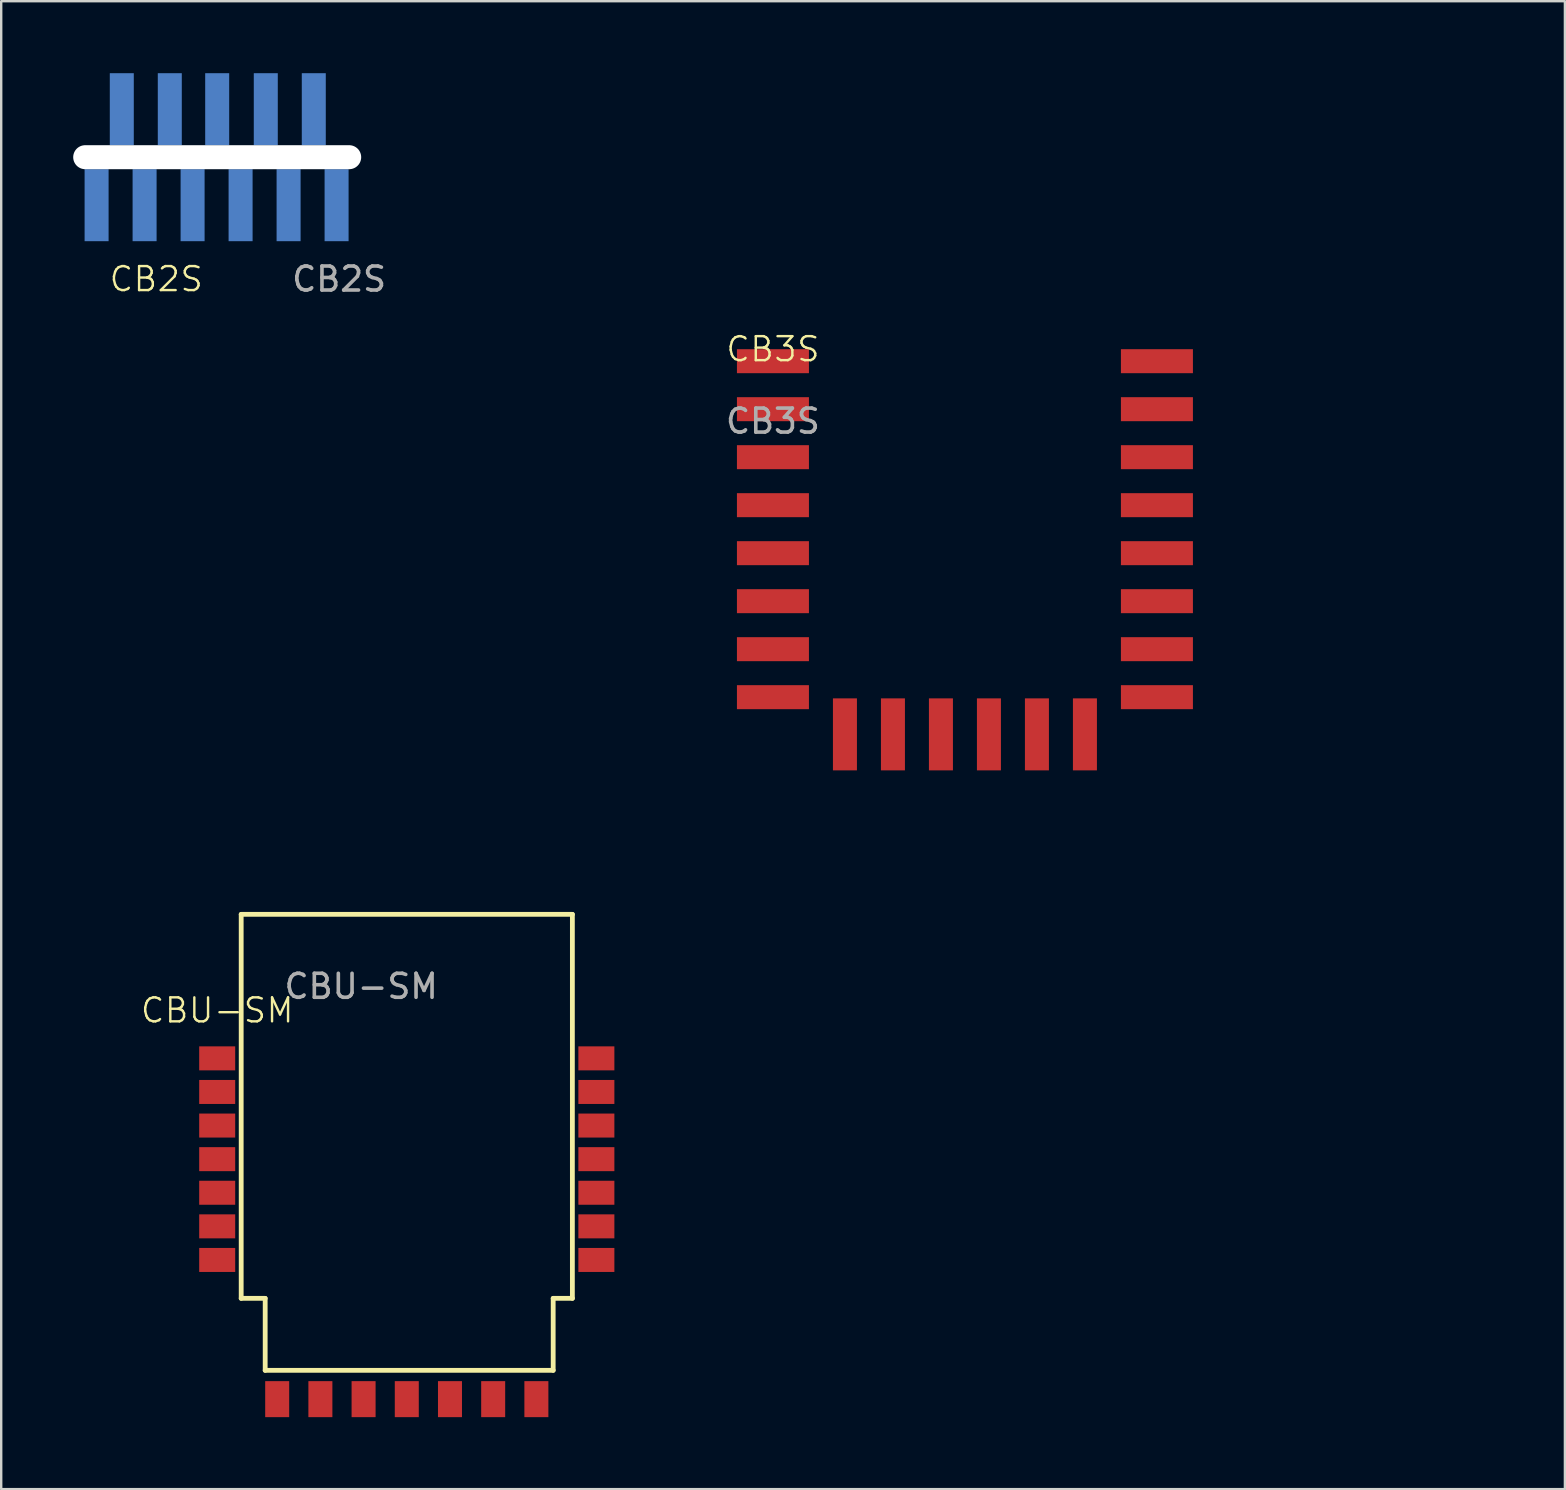
<source format=kicad_pcb>
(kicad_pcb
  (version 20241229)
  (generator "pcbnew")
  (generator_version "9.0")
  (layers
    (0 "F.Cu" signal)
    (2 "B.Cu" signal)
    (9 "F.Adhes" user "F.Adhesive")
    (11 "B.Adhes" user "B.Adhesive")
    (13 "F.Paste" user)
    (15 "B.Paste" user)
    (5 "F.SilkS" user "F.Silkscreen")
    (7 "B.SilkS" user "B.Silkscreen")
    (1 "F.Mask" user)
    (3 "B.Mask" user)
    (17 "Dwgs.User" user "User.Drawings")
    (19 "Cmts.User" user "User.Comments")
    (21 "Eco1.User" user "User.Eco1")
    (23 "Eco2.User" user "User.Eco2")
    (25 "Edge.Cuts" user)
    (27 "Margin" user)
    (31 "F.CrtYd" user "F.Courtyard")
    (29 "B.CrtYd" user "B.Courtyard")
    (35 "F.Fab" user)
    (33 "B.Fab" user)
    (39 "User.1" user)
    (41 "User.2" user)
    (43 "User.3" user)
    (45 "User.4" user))
  (footprint "CB3S"
    (layer "F.Cu")
    (at 29.157 12)
    (property "Reference" "CB3S" (at 0 -0.5 0) (unlocked yes) (layer "F.SilkS") (effects (font (size 1 1) (thickness 0.1))))
    (attr smd)
    (fp_text user "${REFERENCE}" (at 0 2.5 0) (unlocked yes) (layer "F.Fab") (effects (font (size 1 1) (thickness 0.15))))
    (pad "1" smd rect (at 0 0) (size 3 1) (layers "F.Cu" "F.Mask" "F.Paste"))
    (pad "2" smd rect (at 0 2) (size 3 1) (layers "F.Cu" "F.Mask" "F.Paste"))
    (pad "3" smd rect (at 0 4) (size 3 1) (layers "F.Cu" "F.Mask" "F.Paste"))
    (pad "4" smd rect (at 0 6) (size 3 1) (layers "F.Cu" "F.Mask" "F.Paste"))
    (pad "5" smd rect (at 0 8) (size 3 1) (layers "F.Cu" "F.Mask" "F.Paste"))
    (pad "6" smd rect (at 0 10) (size 3 1) (layers "F.Cu" "F.Mask" "F.Paste"))
    (pad "7" smd rect (at 0 12) (size 3 1) (layers "F.Cu" "F.Mask" "F.Paste"))
    (pad "8" smd rect (at 0 14) (size 3 1) (layers "F.Cu" "F.Mask" "F.Paste"))
    (pad "9" smd rect (at 16 14) (size 3 1) (layers "F.Cu" "F.Mask" "F.Paste"))
    (pad "10" smd rect (at 16 12) (size 3 1) (layers "F.Cu" "F.Mask" "F.Paste"))
    (pad "11" smd rect (at 16 10) (size 3 1) (layers "F.Cu" "F.Mask" "F.Paste"))
    (pad "12" smd rect (at 16 8) (size 3 1) (layers "F.Cu" "F.Mask" "F.Paste"))
    (pad "13" smd rect (at 16 6) (size 3 1) (layers "F.Cu" "F.Mask" "F.Paste"))
    (pad "14" smd rect (at 16 4) (size 3 1) (layers "F.Cu" "F.Mask" "F.Paste"))
    (pad "15" smd rect (at 16 2) (size 3 1) (layers "F.Cu" "F.Mask" "F.Paste"))
    (pad "16" smd rect (at 16 0) (size 3 1) (layers "F.Cu" "F.Mask" "F.Paste"))
    (pad "17" smd rect (at 3 15.55 90) (size 3 1) (layers "F.Cu" "F.Mask" "F.Paste"))
    (pad "18" smd rect (at 5 15.55 90) (size 3 1) (layers "F.Cu" "F.Mask" "F.Paste"))
    (pad "19" smd rect (at 7 15.55 90) (size 3 1) (layers "F.Cu" "F.Mask" "F.Paste"))
    (pad "20" smd rect (at 9 15.55 90) (size 3 1) (layers "F.Cu" "F.Mask" "F.Paste"))
    (pad "21" smd rect (at 11 15.55 90) (size 3 1) (layers "F.Cu" "F.Mask" "F.Paste"))
    (pad "22" smd rect (at 13 15.55 90) (size 3 1) (layers "F.Cu" "F.Mask" "F.Paste"))
    (zone (net_name "") (layers "F.Cu" "F.SilkS") (name "Keepout") (hatch edge 0.5) (connect_pads) (min_thickness 0.25) (filled_areas_thickness no) (keepout (tracks not_allowed) (vias not_allowed) (pads not_allowed) (copperpour not_allowed) (footprints not_allowed)) (placement (enabled no)) (fill) (polygon (pts (xy 16.157 0) (xy 59.157 0) (xy 59.157 12) (xy 48.157 12) (xy 48.157 10) (xy 43.157 10) (xy 43.157 15) (xy 31.157 15) (xy 31.157 10) (xy 26.157 10) (xy 26.157 12) (xy 16.157 12)))))
  (footprint "CB2S"
    (layer "F.Cu")
    (at 6 3.5)
    (property "Reference" "CB2S" (at -2.54 5.08 0) (unlocked yes) (layer "F.SilkS") (effects (font (size 1 1) (thickness 0.1))))
    (attr smd)
    (fp_text user "${REFERENCE}" (at 5.08 5.08 0) (unlocked yes) (layer "F.Fab") (effects (font (size 1 1) (thickness 0.15))))
    (pad "" np_thru_hole oval (at 0 0) (size 12 1) (drill oval 12 1) (layers "*.Cu" "*.Mask"))
    (pad "1" smd rect (at -5.025 2) (size 1 3) (layers "B.Cu" "B.Mask" "B.Paste"))
    (pad "2" smd rect (at -3.975 -2) (size 1 3) (layers "B.Cu" "B.Mask" "B.Paste"))
    (pad "3" smd rect (at -3.025 2) (size 1 3) (layers "B.Cu" "B.Mask" "B.Paste"))
    (pad "4" smd rect (at -1.975 -2) (size 1 3) (layers "B.Cu" "B.Mask" "B.Paste"))
    (pad "5" smd rect (at -1.025 2) (size 1 3) (layers "B.Cu" "B.Mask" "B.Paste"))
    (pad "6" smd rect (at 0 -2) (size 1 3) (layers "B.Cu" "B.Mask" "B.Paste"))
    (pad "7" smd rect (at 0.975 2) (size 1 3) (layers "B.Cu" "B.Mask" "B.Paste"))
    (pad "8" smd rect (at 2.025 -2) (size 1 3) (layers "B.Cu" "B.Mask" "B.Paste"))
    (pad "9" smd rect (at 2.975 2) (size 1 3) (layers "B.Cu" "B.Mask" "B.Paste"))
    (pad "10" smd rect (at 4.025 -2) (size 1 3) (layers "B.Cu" "B.Mask" "B.Paste"))
    (pad "11" smd rect (at 4.975 2) (size 1 3) (layers "B.Cu" "B.Mask" "B.Paste")))
  (footprint "CBU-SM"
    (layer "F.Cu")
    (at 6 41.05)
    (property "Reference" "CBU-SM" (at 0 -2 0) (unlocked yes) (layer "F.SilkS") (effects (font (size 1 1) (thickness 0.1))))
    (attr smd)
    (fp_line (start 1 -6) (end 1 10) (stroke (width 0.2) (type solid)) (layer "F.SilkS"))
    (fp_line (start 1 10) (end 2 10) (stroke (width 0.2) (type solid)) (layer "F.SilkS"))
    (fp_line (start 2 10) (end 2 13) (stroke (width 0.2) (type solid)) (layer "F.SilkS"))
    (fp_line (start 2 13) (end 14 13) (stroke (width 0.2) (type solid)) (layer "F.SilkS"))
    (fp_line (start 14 10) (end 14.8 10) (stroke (width 0.2) (type solid)) (layer "F.SilkS"))
    (fp_line (start 14 13) (end 14 10) (stroke (width 0.2) (type solid)) (layer "F.SilkS"))
    (fp_line (start 14.8 -6) (end 1 -6) (stroke (width 0.2) (type solid)) (layer "F.SilkS"))
    (fp_line (start 14.8 10) (end 14.8 -6) (stroke (width 0.2) (type solid)) (layer "F.SilkS"))
    (fp_text user "${REFERENCE}" (at 6 -3 0) (unlocked yes) (layer "F.Fab") (effects (font (size 1 1) (thickness 0.15))))
    (pad "1" smd rect (at 0 0) (size 1.5 1) (layers "F.Cu" "F.Mask" "F.Paste"))
    (pad "2" smd rect (at 0 1.4) (size 1.5 1) (layers "F.Cu" "F.Mask" "F.Paste"))
    (pad "3" smd rect (at 0 2.8) (size 1.5 1) (layers "F.Cu" "F.Mask" "F.Paste"))
    (pad "4" smd rect (at 0 4.2) (size 1.5 1) (layers "F.Cu" "F.Mask" "F.Paste"))
    (pad "5" smd rect (at 0 5.6) (size 1.5 1) (layers "F.Cu" "F.Mask" "F.Paste"))
    (pad "6" smd rect (at 0 7) (size 1.5 1) (layers "F.Cu" "F.Mask" "F.Paste"))
    (pad "7" smd rect (at 0 8.4) (size 1.5 1) (layers "F.Cu" "F.Mask" "F.Paste"))
    (pad "8" smd rect (at 2.5 14.2 90) (size 1.5 1) (layers "F.Cu" "F.Mask" "F.Paste"))
    (pad "9" smd rect (at 4.3 14.2 90) (size 1.5 1) (layers "F.Cu" "F.Mask" "F.Paste"))
    (pad "10" smd rect (at 6.1 14.2 90) (size 1.5 1) (layers "F.Cu" "F.Mask" "F.Paste"))
    (pad "11" smd rect (at 7.9 14.2 90) (size 1.5 1) (layers "F.Cu" "F.Mask" "F.Paste"))
    (pad "12" smd rect (at 9.7 14.2 90) (size 1.5 1) (layers "F.Cu" "F.Mask" "F.Paste"))
    (pad "13" smd rect (at 11.5 14.2 90) (size 1.5 1) (layers "F.Cu" "F.Mask" "F.Paste"))
    (pad "14" smd rect (at 13.3 14.2 90) (size 1.5 1) (layers "F.Cu" "F.Mask" "F.Paste"))
    (pad "15" smd rect (at 15.8 8.4) (size 1.5 1) (layers "F.Cu" "F.Mask" "F.Paste"))
    (pad "16" smd rect (at 15.8 7) (size 1.5 1) (layers "F.Cu" "F.Mask" "F.Paste"))
    (pad "17" smd rect (at 15.8 5.6) (size 1.5 1) (layers "F.Cu" "F.Mask" "F.Paste"))
    (pad "18" smd rect (at 15.8 4.2) (size 1.5 1) (layers "F.Cu" "F.Mask" "F.Paste"))
    (pad "19" smd rect (at 15.8 2.8) (size 1.5 1) (layers "F.Cu" "F.Mask" "F.Paste"))
    (pad "20" smd rect (at 15.8 1.4) (size 1.5 1) (layers "F.Cu" "F.Mask" "F.Paste"))
    (pad "21" smd rect (at 15.8 0) (size 1.5 1) (layers "F.Cu" "F.Mask" "F.Paste"))
    (zone (net_name "") (layer "F.SilkS") (name "Keepout") (hatch edge 0.5) (connect_pads) (min_thickness 0.25) (filled_areas_thickness no) (keepout (tracks not_allowed) (vias not_allowed) (pads not_allowed) (copperpour not_allowed) (footprints not_allowed)) (placement (enabled no)) (fill) (polygon (pts (xy 0 32.05) (xy 26 32.05) (xy 26 40.05) (xy 21 40.05) (xy 21 41.05) (xy 7 41.05) (xy 7 40.05) (xy 0 40.05)))))
  (gr_rect
    (start -3 -3)
    (end 62.157 59)
    (stroke (width 0.1) (type default))
    (fill no)
    (layer "Edge.Cuts")))
</source>
